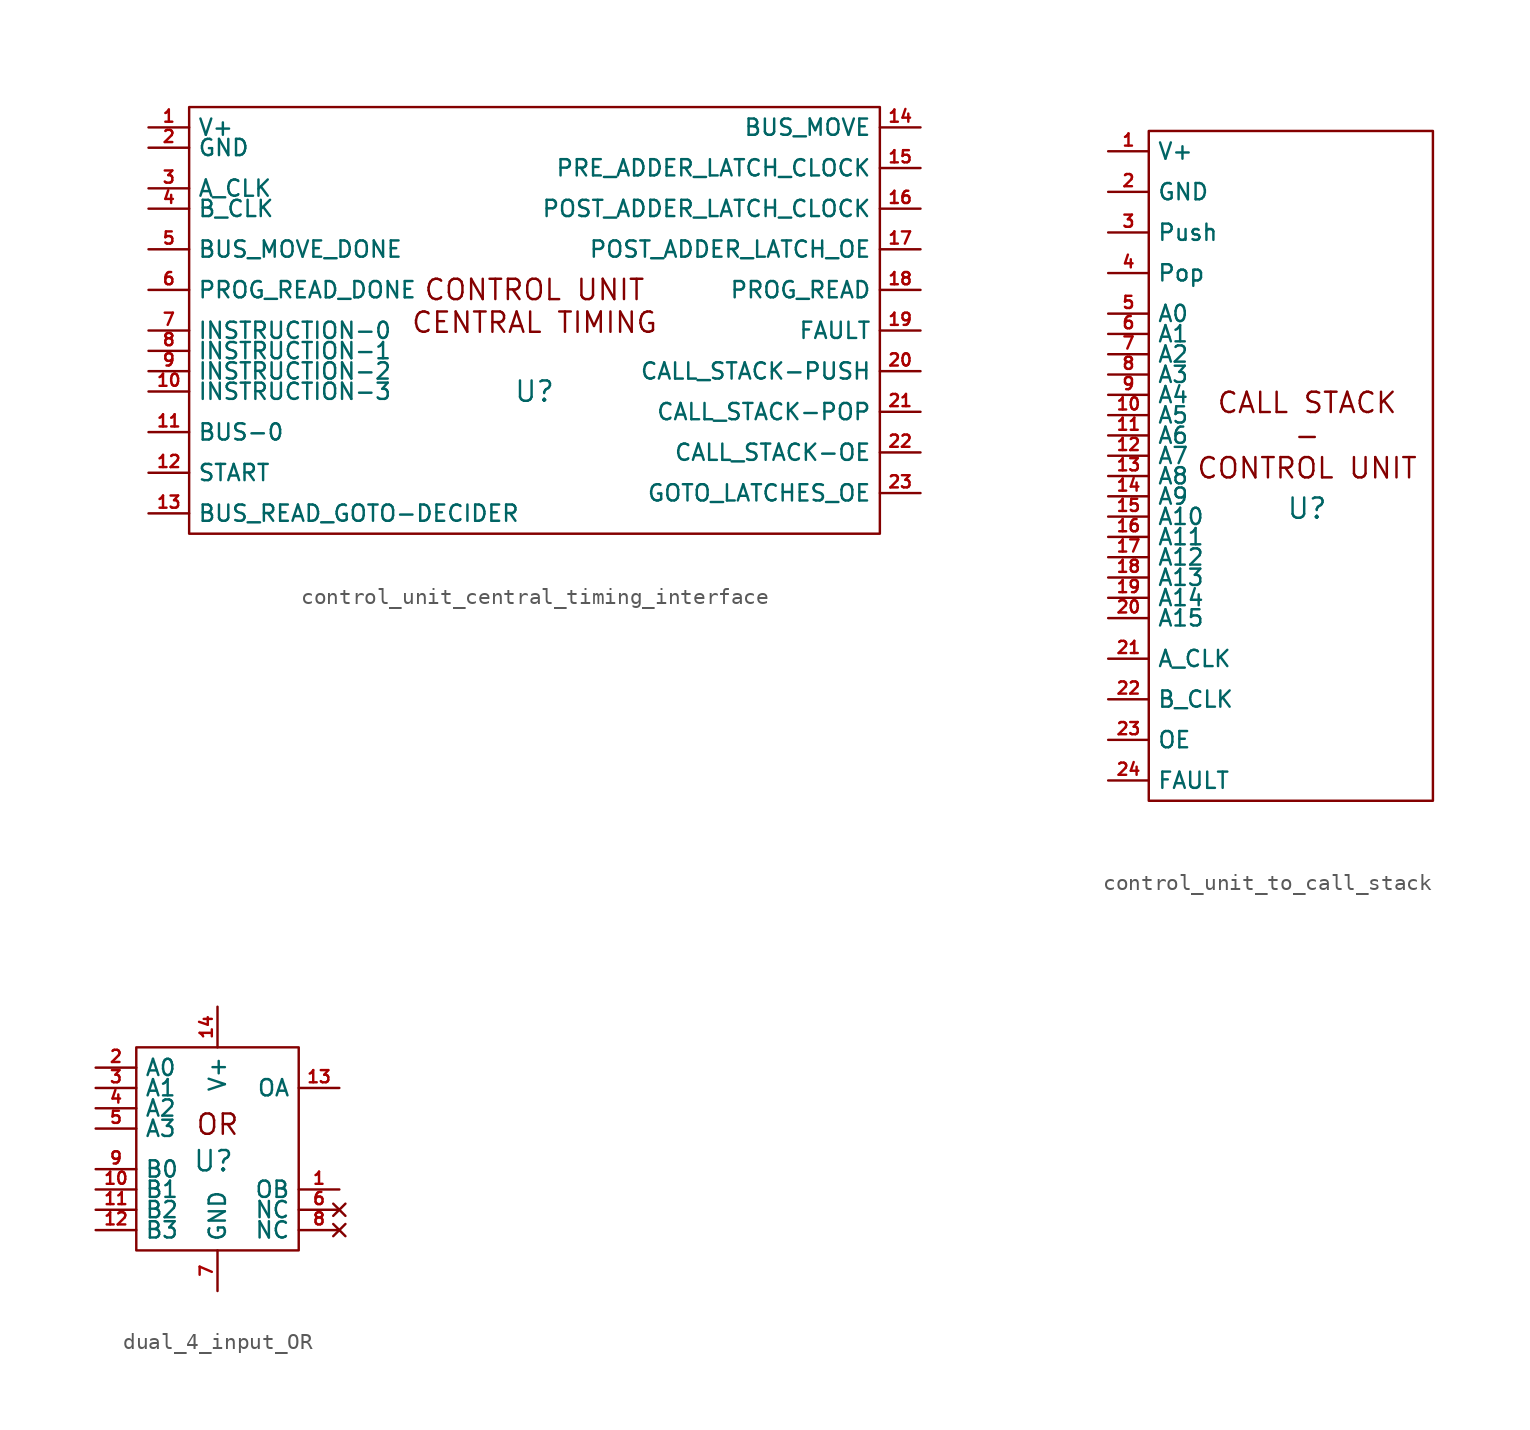
<source format=kicad_sym>
(kicad_symbol_lib
  (version 20231120)
  (generator "kicad_symbol_editor")
  (generator_version "8.0")
  (symbol "control_unit_central_timing_interface"
    (property "Reference" "U"
      (at 0 -3.81 0)
      (effects (font (size 1.27 1.27))))
    (property "Value" ""
      (at -19.05 -12.7 0)
      (effects (font (size 1.27 1.27))))
    (symbol "control_unit_central_timing_interface_0_1"
      (rectangle (start -21.59 13.97) (end 21.59 -12.7) (stroke (width 0) (type default)) (fill (type none))))
    (symbol "control_unit_central_timing_interface_1_1"
      (text "CONTROL UNIT\nCENTRAL TIMING" (at 0 1.524 0) (effects (font (size 1.27 1.27))))
      (pin bidirectional line (at -24.13 12.7 0) (length 2.54) (name "V+" (effects (font (size 1.016 1.016)))) (number "1" (effects (font (size 0.762 0.762)))))
      (pin bidirectional line (at -24.13 -3.81 0) (length 2.54) (name "INSTRUCTION-3" (effects (font (size 1.016 1.016)))) (number "10" (effects (font (size 0.762 0.762)))))
      (pin bidirectional line (at -24.13 -6.35 0) (length 2.54) (name "BUS-0" (effects (font (size 1.016 1.016)))) (number "11" (effects (font (size 0.762 0.762)))))
      (pin bidirectional line (at -24.13 -8.89 0) (length 2.54) (name "START" (effects (font (size 1.016 1.016)))) (number "12" (effects (font (size 0.762 0.762)))))
      (pin bidirectional line (at -24.13 -11.43 0) (length 2.54) (name "BUS_READ_GOTO-DECIDER" (effects (font (size 1.016 1.016)))) (number "13" (effects (font (size 0.762 0.762)))))
      (pin bidirectional line (at 24.13 12.7 180) (length 2.54) (name "BUS_MOVE" (effects (font (size 1.016 1.016)))) (number "14" (effects (font (size 0.762 0.762)))))
      (pin bidirectional line (at 24.13 10.16 180) (length 2.54) (name "PRE_ADDER_LATCH_CLOCK" (effects (font (size 1.016 1.016)))) (number "15" (effects (font (size 0.762 0.762)))))
      (pin bidirectional line (at 24.13 7.62 180) (length 2.54) (name "POST_ADDER_LATCH_CLOCK" (effects (font (size 1.016 1.016)))) (number "16" (effects (font (size 0.762 0.762)))))
      (pin bidirectional line (at 24.13 5.08 180) (length 2.54) (name "POST_ADDER_LATCH_OE" (effects (font (size 1.016 1.016)))) (number "17" (effects (font (size 0.762 0.762)))))
      (pin bidirectional line (at 24.13 2.54 180) (length 2.54) (name "PROG_READ" (effects (font (size 1.016 1.016)))) (number "18" (effects (font (size 0.762 0.762)))))
      (pin bidirectional line (at 24.13 0 180) (length 2.54) (name "FAULT" (effects (font (size 1.016 1.016)))) (number "19" (effects (font (size 0.762 0.762)))))
      (pin bidirectional line (at -24.13 11.43 0) (length 2.54) (name "GND" (effects (font (size 1.016 1.016)))) (number "2" (effects (font (size 0.762 0.762)))))
      (pin bidirectional line (at 24.13 -2.54 180) (length 2.54) (name "CALL_STACK-PUSH" (effects (font (size 1.016 1.016)))) (number "20" (effects (font (size 0.762 0.762)))))
      (pin bidirectional line (at 24.13 -5.08 180) (length 2.54) (name "CALL_STACK-POP" (effects (font (size 1.016 1.016)))) (number "21" (effects (font (size 0.762 0.762)))))
      (pin bidirectional line (at 24.13 -7.62 180) (length 2.54) (name "CALL_STACK-OE" (effects (font (size 1.016 1.016)))) (number "22" (effects (font (size 0.762 0.762)))))
      (pin bidirectional line (at 24.13 -10.16 180) (length 2.54) (name "GOTO_LATCHES_OE" (effects (font (size 1.016 1.016)))) (number "23" (effects (font (size 0.762 0.762)))))
      (pin bidirectional line (at -24.13 8.89 0) (length 2.54) (name "A_CLK" (effects (font (size 1.016 1.016)))) (number "3" (effects (font (size 0.762 0.762)))))
      (pin bidirectional line (at -24.13 7.62 0) (length 2.54) (name "B_CLK" (effects (font (size 1.016 1.016)))) (number "4" (effects (font (size 0.762 0.762)))))
      (pin bidirectional line (at -24.13 5.08 0) (length 2.54) (name "BUS_MOVE_DONE" (effects (font (size 1.016 1.016)))) (number "5" (effects (font (size 0.762 0.762)))))
      (pin bidirectional line (at -24.13 2.54 0) (length 2.54) (name "PROG_READ_DONE" (effects (font (size 1.016 1.016)))) (number "6" (effects (font (size 0.762 0.762)))))
      (pin bidirectional line (at -24.13 0 0) (length 2.54) (name "INSTRUCTION-0" (effects (font (size 1.016 1.016)))) (number "7" (effects (font (size 0.762 0.762)))))
      (pin bidirectional line (at -24.13 -1.27 0) (length 2.54) (name "INSTRUCTION-1" (effects (font (size 1.016 1.016)))) (number "8" (effects (font (size 0.762 0.762)))))
      (pin bidirectional line (at -24.13 -2.54 0) (length 2.54) (name "INSTRUCTION-2" (effects (font (size 1.016 1.016)))) (number "9" (effects (font (size 0.762 0.762)))))))
  (symbol "control_unit_to_call_stack"
    (property "Reference" "U"
      (at 1.016 -4.572 0)
      (effects (font (size 1.27 1.27))))
    (property "Value" ""
      (at -8.89 5.08 0)
      (effects (font (size 1.27 1.27))))
    (symbol "control_unit_to_call_stack_0_1"
      (rectangle (start -8.89 19.05) (end 8.89 -22.86) (stroke (width 0) (type default)) (fill (type none))))
    (symbol "control_unit_to_call_stack_1_1"
      (text "CALL STACK\n-\nCONTROL UNIT" (at 1.016 0 0) (effects (font (size 1.27 1.27))))
      (pin bidirectional line (at -11.43 17.78 0) (length 2.54) (name "V+" (effects (font (size 1.016 1.016)))) (number "1" (effects (font (size 0.762 0.762)))))
      (pin bidirectional line (at -11.43 1.27 0) (length 2.54) (name "A5" (effects (font (size 1.016 1.016)))) (number "10" (effects (font (size 0.762 0.762)))))
      (pin bidirectional line (at -11.43 0 0) (length 2.54) (name "A6" (effects (font (size 1.016 1.016)))) (number "11" (effects (font (size 0.762 0.762)))))
      (pin bidirectional line (at -11.43 -1.27 0) (length 2.54) (name "A7" (effects (font (size 1.016 1.016)))) (number "12" (effects (font (size 0.762 0.762)))))
      (pin bidirectional line (at -11.43 -2.54 0) (length 2.54) (name "A8" (effects (font (size 1.016 1.016)))) (number "13" (effects (font (size 0.762 0.762)))))
      (pin bidirectional line (at -11.43 -3.81 0) (length 2.54) (name "A9" (effects (font (size 1.016 1.016)))) (number "14" (effects (font (size 0.762 0.762)))))
      (pin bidirectional line (at -11.43 -5.08 0) (length 2.54) (name "A10" (effects (font (size 1.016 1.016)))) (number "15" (effects (font (size 0.762 0.762)))))
      (pin bidirectional line (at -11.43 -6.35 0) (length 2.54) (name "A11" (effects (font (size 1.016 1.016)))) (number "16" (effects (font (size 0.762 0.762)))))
      (pin bidirectional line (at -11.43 -7.62 0) (length 2.54) (name "A12" (effects (font (size 1.016 1.016)))) (number "17" (effects (font (size 0.762 0.762)))))
      (pin bidirectional line (at -11.43 -8.89 0) (length 2.54) (name "A13" (effects (font (size 1.016 1.016)))) (number "18" (effects (font (size 0.762 0.762)))))
      (pin bidirectional line (at -11.43 -10.16 0) (length 2.54) (name "A14" (effects (font (size 1.016 1.016)))) (number "19" (effects (font (size 0.762 0.762)))))
      (pin bidirectional line (at -11.43 15.24 0) (length 2.54) (name "GND" (effects (font (size 1.016 1.016)))) (number "2" (effects (font (size 0.762 0.762)))))
      (pin bidirectional line (at -11.43 -11.43 0) (length 2.54) (name "A15" (effects (font (size 1.016 1.016)))) (number "20" (effects (font (size 0.762 0.762)))))
      (pin bidirectional line (at -11.43 -13.97 0) (length 2.54) (name "A_CLK" (effects (font (size 1.016 1.016)))) (number "21" (effects (font (size 0.762 0.762)))))
      (pin bidirectional line (at -11.43 -16.51 0) (length 2.54) (name "B_CLK" (effects (font (size 1.016 1.016)))) (number "22" (effects (font (size 0.762 0.762)))))
      (pin bidirectional line (at -11.43 -19.05 0) (length 2.54) (name "OE" (effects (font (size 1.016 1.016)))) (number "23" (effects (font (size 0.762 0.762)))))
      (pin bidirectional line (at -11.43 -21.59 0) (length 2.54) (name "FAULT" (effects (font (size 1.016 1.016)))) (number "24" (effects (font (size 0.762 0.762)))))
      (pin bidirectional line (at -11.43 12.7 0) (length 2.54) (name "Push" (effects (font (size 1.016 1.016)))) (number "3" (effects (font (size 0.762 0.762)))))
      (pin bidirectional line (at -11.43 10.16 0) (length 2.54) (name "Pop" (effects (font (size 1.016 1.016)))) (number "4" (effects (font (size 0.762 0.762)))))
      (pin bidirectional line (at -11.43 7.62 0) (length 2.54) (name "A0" (effects (font (size 1.016 1.016)))) (number "5" (effects (font (size 0.762 0.762)))))
      (pin bidirectional line (at -11.43 6.35 0) (length 2.54) (name "A1" (effects (font (size 1.016 1.016)))) (number "6" (effects (font (size 0.762 0.762)))))
      (pin bidirectional line (at -11.43 5.08 0) (length 2.54) (name "A2" (effects (font (size 1.016 1.016)))) (number "7" (effects (font (size 0.762 0.762)))))
      (pin bidirectional line (at -11.43 3.81 0) (length 2.54) (name "A3" (effects (font (size 1.016 1.016)))) (number "8" (effects (font (size 0.762 0.762)))))
      (pin bidirectional line (at -11.43 2.54 0) (length 2.54) (name "A4" (effects (font (size 1.016 1.016)))) (number "9" (effects (font (size 0.762 0.762)))))))
  (symbol "dual_4_input_OR"
    (property "Reference" "U"
      (at -0.254 -0.762 0)
      (effects (font (size 1.27 1.27))))
    (property "Value" ""
      (at -5.08 0 0)
      (effects (font (size 1.27 1.27))))
    (symbol "dual_4_input_OR_1_1"
      (rectangle (start -5.08 6.35) (end 5.08 -6.35) (stroke (width 0) (type default)) (fill (type none)))
      (text "OR" (at 0 1.524 0) (effects (font (size 1.27 1.27))))
      (pin output line (at 7.62 -2.54 180) (length 2.54) (name "OB" (effects (font (size 1.016 1.016)))) (number "1" (effects (font (size 0.762 0.762)))))
      (pin input line (at -7.62 -2.54 0) (length 2.54) (name "B1" (effects (font (size 1.016 1.016)))) (number "10" (effects (font (size 0.762 0.762)))))
      (pin input line (at -7.62 -3.81 0) (length 2.54) (name "B2" (effects (font (size 1.016 1.016)))) (number "11" (effects (font (size 0.762 0.762)))))
      (pin input line (at -7.62 -5.08 0) (length 2.54) (name "B3" (effects (font (size 1.016 1.016)))) (number "12" (effects (font (size 0.762 0.762)))))
      (pin output line (at 7.62 3.81 180) (length 2.54) (name "OA" (effects (font (size 1.016 1.016)))) (number "13" (effects (font (size 0.762 0.762)))))
      (pin power_in line (at 0 8.89 270) (length 2.54) (name "V+" (effects (font (size 1.016 1.016)))) (number "14" (effects (font (size 0.762 0.762)))))
      (pin input line (at -7.62 5.08 0) (length 2.54) (name "A0" (effects (font (size 1.016 1.016)))) (number "2" (effects (font (size 0.762 0.762)))))
      (pin input line (at -7.62 3.81 0) (length 2.54) (name "A1" (effects (font (size 1.016 1.016)))) (number "3" (effects (font (size 0.762 0.762)))))
      (pin input line (at -7.62 2.54 0) (length 2.54) (name "A2" (effects (font (size 1.016 1.016)))) (number "4" (effects (font (size 0.762 0.762)))))
      (pin input line (at -7.62 1.27 0) (length 2.54) (name "A3" (effects (font (size 1.016 1.016)))) (number "5" (effects (font (size 0.762 0.762)))))
      (pin no_connect line (at 7.62 -3.81 180) (length 2.54) (name "NC" (effects (font (size 1.016 1.016)))) (number "6" (effects (font (size 0.762 0.762)))))
      (pin power_in line (at 0 -8.89 90) (length 2.54) (name "GND" (effects (font (size 1.016 1.016)))) (number "7" (effects (font (size 0.762 0.762)))))
      (pin no_connect line (at 7.62 -5.08 180) (length 2.54) (name "NC" (effects (font (size 1.016 1.016)))) (number "8" (effects (font (size 0.762 0.762)))))
      (pin input line (at -7.62 -1.27 0) (length 2.54) (name "B0" (effects (font (size 1.016 1.016)))) (number "9" (effects (font (size 0.762 0.762))))))))
</source>
